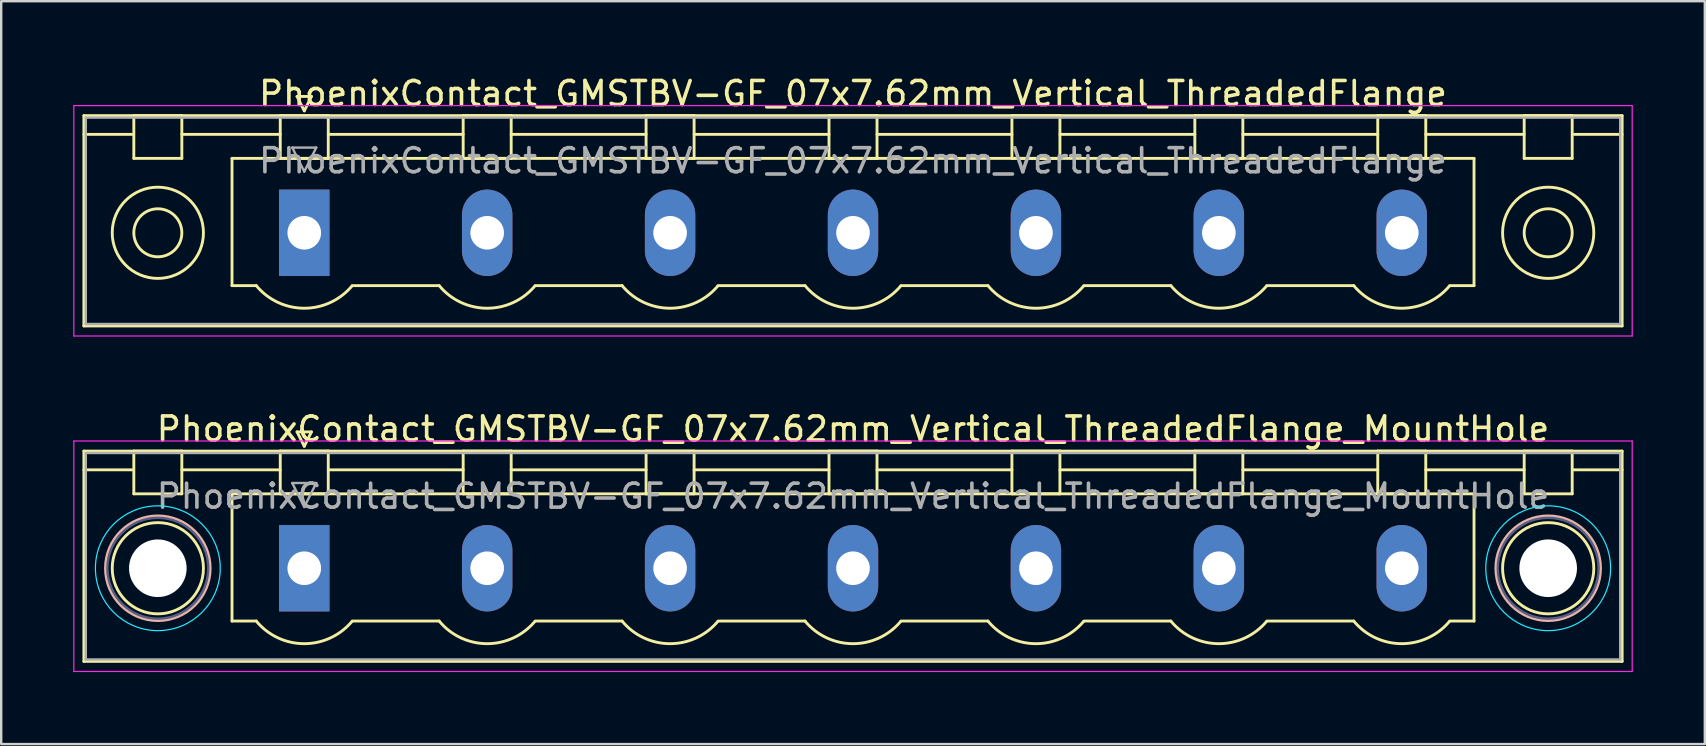
<source format=kicad_pcb>
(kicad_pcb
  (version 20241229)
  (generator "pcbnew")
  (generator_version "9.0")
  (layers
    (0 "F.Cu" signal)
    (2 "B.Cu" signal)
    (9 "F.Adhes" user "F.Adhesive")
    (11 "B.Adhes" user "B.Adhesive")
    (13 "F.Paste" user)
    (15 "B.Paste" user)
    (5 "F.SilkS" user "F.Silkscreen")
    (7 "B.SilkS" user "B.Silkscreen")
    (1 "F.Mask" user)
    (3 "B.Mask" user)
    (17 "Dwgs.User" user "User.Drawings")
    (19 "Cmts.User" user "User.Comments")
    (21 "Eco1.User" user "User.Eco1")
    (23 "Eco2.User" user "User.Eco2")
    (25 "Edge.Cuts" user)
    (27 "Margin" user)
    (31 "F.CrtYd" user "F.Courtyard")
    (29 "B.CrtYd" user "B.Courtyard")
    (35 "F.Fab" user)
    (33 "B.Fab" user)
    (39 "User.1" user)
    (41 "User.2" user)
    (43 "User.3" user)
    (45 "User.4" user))
  (footprint "PhoenixContact_GMSTBV-GF_07x7.62mm_Vertical_ThreadedFlange"
    (layer "F.Cu")
    (at 9.625 6.648)
    (property "Reference" "PhoenixContact_GMSTBV-GF_07x7.62mm_Vertical_ThreadedFlange" (at 22.86 -5.8 0) (layer "F.SilkS") (effects (font (size 1 1) (thickness 0.15))))
    (attr through_hole)
    (fp_line (start -9.18 -4.88) (end -9.18 3.88) (stroke (width 0.12) (type solid)) (layer "F.SilkS"))
    (fp_line (start -9.18 -4.1) (end -7.18 -4.1) (stroke (width 0.12) (type solid)) (layer "F.SilkS"))
    (fp_line (start -9.18 3.88) (end 54.9 3.88) (stroke (width 0.12) (type solid)) (layer "F.SilkS"))
    (fp_line (start -7.1 -4.88) (end -5.1 -4.88) (stroke (width 0.12) (type solid)) (layer "F.SilkS"))
    (fp_line (start -7.1 -3.1) (end -7.1 -4.88) (stroke (width 0.12) (type solid)) (layer "F.SilkS"))
    (fp_line (start -5.1 -4.88) (end -5.1 -3.1) (stroke (width 0.12) (type solid)) (layer "F.SilkS"))
    (fp_line (start -5.1 -4.1) (end -1 -4.1) (stroke (width 0.12) (type solid)) (layer "F.SilkS"))
    (fp_line (start -5.1 -3.1) (end -7.1 -3.1) (stroke (width 0.12) (type solid)) (layer "F.SilkS"))
    (fp_line (start -3.01 -3.1) (end 48.73 -3.1) (stroke (width 0.12) (type solid)) (layer "F.SilkS"))
    (fp_line (start -3.01 2.2) (end -3.01 -3.1) (stroke (width 0.12) (type solid)) (layer "F.SilkS"))
    (fp_line (start -2 2.2) (end -3.01 2.2) (stroke (width 0.12) (type solid)) (layer "F.SilkS"))
    (fp_line (start -1 -4.88) (end 1 -4.88) (stroke (width 0.12) (type solid)) (layer "F.SilkS"))
    (fp_line (start -1 -3.1) (end -1 -4.88) (stroke (width 0.12) (type solid)) (layer "F.SilkS"))
    (fp_line (start -0.3 -5.68) (end 0.3 -5.68) (stroke (width 0.12) (type solid)) (layer "F.SilkS"))
    (fp_line (start 0 -5.08) (end -0.3 -5.68) (stroke (width 0.12) (type solid)) (layer "F.SilkS"))
    (fp_line (start 0.3 -5.68) (end 0 -5.08) (stroke (width 0.12) (type solid)) (layer "F.SilkS"))
    (fp_line (start 1 -4.88) (end 1 -3.1) (stroke (width 0.12) (type solid)) (layer "F.SilkS"))
    (fp_line (start 1 -4.1) (end 6.62 -4.1) (stroke (width 0.12) (type solid)) (layer "F.SilkS"))
    (fp_line (start 1 -3.1) (end -1 -3.1) (stroke (width 0.12) (type solid)) (layer "F.SilkS"))
    (fp_line (start 2 2.2) (end 5.62 2.2) (stroke (width 0.12) (type solid)) (layer "F.SilkS"))
    (fp_line (start 6.62 -4.88) (end 8.62 -4.88) (stroke (width 0.12) (type solid)) (layer "F.SilkS"))
    (fp_line (start 6.62 -3.1) (end 6.62 -4.88) (stroke (width 0.12) (type solid)) (layer "F.SilkS"))
    (fp_line (start 8.62 -4.88) (end 8.62 -3.1) (stroke (width 0.12) (type solid)) (layer "F.SilkS"))
    (fp_line (start 8.62 -4.1) (end 14.24 -4.1) (stroke (width 0.12) (type solid)) (layer "F.SilkS"))
    (fp_line (start 8.62 -3.1) (end 6.62 -3.1) (stroke (width 0.12) (type solid)) (layer "F.SilkS"))
    (fp_line (start 9.62 2.2) (end 13.24 2.2) (stroke (width 0.12) (type solid)) (layer "F.SilkS"))
    (fp_line (start 14.24 -4.88) (end 16.24 -4.88) (stroke (width 0.12) (type solid)) (layer "F.SilkS"))
    (fp_line (start 14.24 -3.1) (end 14.24 -4.88) (stroke (width 0.12) (type solid)) (layer "F.SilkS"))
    (fp_line (start 16.24 -4.88) (end 16.24 -3.1) (stroke (width 0.12) (type solid)) (layer "F.SilkS"))
    (fp_line (start 16.24 -4.1) (end 21.86 -4.1) (stroke (width 0.12) (type solid)) (layer "F.SilkS"))
    (fp_line (start 16.24 -3.1) (end 14.24 -3.1) (stroke (width 0.12) (type solid)) (layer "F.SilkS"))
    (fp_line (start 17.24 2.2) (end 20.86 2.2) (stroke (width 0.12) (type solid)) (layer "F.SilkS"))
    (fp_line (start 21.86 -4.88) (end 23.86 -4.88) (stroke (width 0.12) (type solid)) (layer "F.SilkS"))
    (fp_line (start 21.86 -3.1) (end 21.86 -4.88) (stroke (width 0.12) (type solid)) (layer "F.SilkS"))
    (fp_line (start 23.86 -4.88) (end 23.86 -3.1) (stroke (width 0.12) (type solid)) (layer "F.SilkS"))
    (fp_line (start 23.86 -4.1) (end 29.48 -4.1) (stroke (width 0.12) (type solid)) (layer "F.SilkS"))
    (fp_line (start 23.86 -3.1) (end 21.86 -3.1) (stroke (width 0.12) (type solid)) (layer "F.SilkS"))
    (fp_line (start 24.86 2.2) (end 28.48 2.2) (stroke (width 0.12) (type solid)) (layer "F.SilkS"))
    (fp_line (start 29.48 -4.88) (end 31.48 -4.88) (stroke (width 0.12) (type solid)) (layer "F.SilkS"))
    (fp_line (start 29.48 -3.1) (end 29.48 -4.88) (stroke (width 0.12) (type solid)) (layer "F.SilkS"))
    (fp_line (start 31.48 -4.88) (end 31.48 -3.1) (stroke (width 0.12) (type solid)) (layer "F.SilkS"))
    (fp_line (start 31.48 -4.1) (end 37.1 -4.1) (stroke (width 0.12) (type solid)) (layer "F.SilkS"))
    (fp_line (start 31.48 -3.1) (end 29.48 -3.1) (stroke (width 0.12) (type solid)) (layer "F.SilkS"))
    (fp_line (start 32.48 2.2) (end 36.1 2.2) (stroke (width 0.12) (type solid)) (layer "F.SilkS"))
    (fp_line (start 37.1 -4.88) (end 39.1 -4.88) (stroke (width 0.12) (type solid)) (layer "F.SilkS"))
    (fp_line (start 37.1 -3.1) (end 37.1 -4.88) (stroke (width 0.12) (type solid)) (layer "F.SilkS"))
    (fp_line (start 39.1 -4.88) (end 39.1 -3.1) (stroke (width 0.12) (type solid)) (layer "F.SilkS"))
    (fp_line (start 39.1 -4.1) (end 44.72 -4.1) (stroke (width 0.12) (type solid)) (layer "F.SilkS"))
    (fp_line (start 39.1 -3.1) (end 37.1 -3.1) (stroke (width 0.12) (type solid)) (layer "F.SilkS"))
    (fp_line (start 40.1 2.2) (end 43.72 2.2) (stroke (width 0.12) (type solid)) (layer "F.SilkS"))
    (fp_line (start 44.72 -4.88) (end 46.72 -4.88) (stroke (width 0.12) (type solid)) (layer "F.SilkS"))
    (fp_line (start 44.72 -3.1) (end 44.72 -4.88) (stroke (width 0.12) (type solid)) (layer "F.SilkS"))
    (fp_line (start 46.72 -4.88) (end 46.72 -3.1) (stroke (width 0.12) (type solid)) (layer "F.SilkS"))
    (fp_line (start 46.72 -4.1) (end 50.82 -4.1) (stroke (width 0.12) (type solid)) (layer "F.SilkS"))
    (fp_line (start 46.72 -3.1) (end 44.72 -3.1) (stroke (width 0.12) (type solid)) (layer "F.SilkS"))
    (fp_line (start 48.73 -3.1) (end 48.73 2.2) (stroke (width 0.12) (type solid)) (layer "F.SilkS"))
    (fp_line (start 48.73 2.2) (end 47.72 2.2) (stroke (width 0.12) (type solid)) (layer "F.SilkS"))
    (fp_line (start 50.82 -4.88) (end 52.82 -4.88) (stroke (width 0.12) (type solid)) (layer "F.SilkS"))
    (fp_line (start 50.82 -3.1) (end 50.82 -4.88) (stroke (width 0.12) (type solid)) (layer "F.SilkS"))
    (fp_line (start 52.82 -4.88) (end 52.82 -3.1) (stroke (width 0.12) (type solid)) (layer "F.SilkS"))
    (fp_line (start 52.82 -3.1) (end 50.82 -3.1) (stroke (width 0.12) (type solid)) (layer "F.SilkS"))
    (fp_line (start 54.9 -4.88) (end -9.18 -4.88) (stroke (width 0.12) (type solid)) (layer "F.SilkS"))
    (fp_line (start 54.9 -4.1) (end 52.9 -4.1) (stroke (width 0.12) (type solid)) (layer "F.SilkS"))
    (fp_line (start 54.9 3.88) (end 54.9 -4.88) (stroke (width 0.12) (type solid)) (layer "F.SilkS"))
    (fp_arc (start 1.986842 2.215821) (mid -0.010289 3.142758) (end -2 2.2) (stroke (width 0.12) (type solid)) (layer "F.SilkS"))
    (fp_arc (start 9.606842 2.215821) (mid 7.609711 3.142758) (end 5.62 2.2) (stroke (width 0.12) (type solid)) (layer "F.SilkS"))
    (fp_arc (start 17.226842 2.215821) (mid 15.229711 3.142758) (end 13.24 2.2) (stroke (width 0.12) (type solid)) (layer "F.SilkS"))
    (fp_arc (start 24.846842 2.215821) (mid 22.849711 3.142758) (end 20.86 2.2) (stroke (width 0.12) (type solid)) (layer "F.SilkS"))
    (fp_arc (start 32.466842 2.215821) (mid 30.469711 3.142758) (end 28.48 2.2) (stroke (width 0.12) (type solid)) (layer "F.SilkS"))
    (fp_arc (start 40.086842 2.215821) (mid 38.089711 3.142758) (end 36.1 2.2) (stroke (width 0.12) (type solid)) (layer "F.SilkS"))
    (fp_arc (start 47.706842 2.215821) (mid 45.709711 3.142758) (end 43.72 2.2) (stroke (width 0.12) (type solid)) (layer "F.SilkS"))
    (fp_circle (center -6.1 0) (end -5.1 0) (stroke (width 0.12) (type solid)) (fill no) (layer "F.SilkS"))
    (fp_circle (center -6.1 0) (end -4.2 0) (stroke (width 0.12) (type solid)) (fill no) (layer "F.SilkS"))
    (fp_circle (center 51.82 0) (end 52.82 0) (stroke (width 0.12) (type solid)) (fill no) (layer "F.SilkS"))
    (fp_circle (center 51.82 0) (end 53.72 0) (stroke (width 0.12) (type solid)) (fill no) (layer "F.SilkS"))
    (fp_line (start -9.6 -5.3) (end -9.6 4.3) (stroke (width 0.05) (type solid)) (layer "F.CrtYd"))
    (fp_line (start -9.6 4.3) (end 55.32 4.3) (stroke (width 0.05) (type solid)) (layer "F.CrtYd"))
    (fp_line (start 55.32 -5.3) (end -9.6 -5.3) (stroke (width 0.05) (type solid)) (layer "F.CrtYd"))
    (fp_line (start 55.32 4.3) (end 55.32 -5.3) (stroke (width 0.05) (type solid)) (layer "F.CrtYd"))
    (fp_line (start -9.1 -4.8) (end -9.1 3.8) (stroke (width 0.1) (type solid)) (layer "F.Fab"))
    (fp_line (start -9.1 3.8) (end 54.82 3.8) (stroke (width 0.1) (type solid)) (layer "F.Fab"))
    (fp_line (start -0.5 -3.55) (end 0.5 -3.55) (stroke (width 0.1) (type solid)) (layer "F.Fab"))
    (fp_line (start 0 -2.55) (end -0.5 -3.55) (stroke (width 0.1) (type solid)) (layer "F.Fab"))
    (fp_line (start 0.5 -3.55) (end 0 -2.55) (stroke (width 0.1) (type solid)) (layer "F.Fab"))
    (fp_line (start 54.82 -4.8) (end -9.1 -4.8) (stroke (width 0.1) (type solid)) (layer "F.Fab"))
    (fp_line (start 54.82 3.8) (end 54.82 -4.8) (stroke (width 0.1) (type solid)) (layer "F.Fab"))
    (fp_text user "${REFERENCE}" (at 22.86 -3 0) (layer "F.Fab") (effects (font (size 1 1) (thickness 0.15))))
    (pad "1" thru_hole rect (at 0 0) (size 2.1 3.6) (drill 1.4) (layers "*.Cu" "*.Mask"))
    (pad "2" thru_hole oval (at 7.62 0) (size 2.1 3.6) (drill 1.4) (layers "*.Cu" "*.Mask"))
    (pad "3" thru_hole oval (at 15.24 0) (size 2.1 3.6) (drill 1.4) (layers "*.Cu" "*.Mask"))
    (pad "4" thru_hole oval (at 22.86 0) (size 2.1 3.6) (drill 1.4) (layers "*.Cu" "*.Mask"))
    (pad "5" thru_hole oval (at 30.48 0) (size 2.1 3.6) (drill 1.4) (layers "*.Cu" "*.Mask"))
    (pad "6" thru_hole oval (at 38.1 0) (size 2.1 3.6) (drill 1.4) (layers "*.Cu" "*.Mask"))
    (pad "7" thru_hole oval (at 45.72 0) (size 2.1 3.6) (drill 1.4) (layers "*.Cu" "*.Mask")))
  (footprint "PhoenixContact_GMSTBV-GF_07x7.62mm_Vertical_ThreadedFlange_MountHole"
    (layer "F.Cu")
    (at 9.625 20.622)
    (property "Reference" "PhoenixContact_GMSTBV-GF_07x7.62mm_Vertical_ThreadedFlange_MountHole" (at 22.86 -5.8 0) (layer "F.SilkS") (effects (font (size 1 1) (thickness 0.15))))
    (attr through_hole)
    (fp_line (start -9.18 -4.88) (end -9.18 3.88) (stroke (width 0.12) (type solid)) (layer "F.SilkS"))
    (fp_line (start -9.18 -4.1) (end -7.18 -4.1) (stroke (width 0.12) (type solid)) (layer "F.SilkS"))
    (fp_line (start -9.18 3.88) (end 54.9 3.88) (stroke (width 0.12) (type solid)) (layer "F.SilkS"))
    (fp_line (start -7.1 -4.88) (end -5.1 -4.88) (stroke (width 0.12) (type solid)) (layer "F.SilkS"))
    (fp_line (start -7.1 -3.1) (end -7.1 -4.88) (stroke (width 0.12) (type solid)) (layer "F.SilkS"))
    (fp_line (start -5.1 -4.88) (end -5.1 -3.1) (stroke (width 0.12) (type solid)) (layer "F.SilkS"))
    (fp_line (start -5.1 -4.1) (end -1 -4.1) (stroke (width 0.12) (type solid)) (layer "F.SilkS"))
    (fp_line (start -5.1 -3.1) (end -7.1 -3.1) (stroke (width 0.12) (type solid)) (layer "F.SilkS"))
    (fp_line (start -3.01 -3.1) (end 48.73 -3.1) (stroke (width 0.12) (type solid)) (layer "F.SilkS"))
    (fp_line (start -3.01 2.2) (end -3.01 -3.1) (stroke (width 0.12) (type solid)) (layer "F.SilkS"))
    (fp_line (start -2 2.2) (end -3.01 2.2) (stroke (width 0.12) (type solid)) (layer "F.SilkS"))
    (fp_line (start -1 -4.88) (end 1 -4.88) (stroke (width 0.12) (type solid)) (layer "F.SilkS"))
    (fp_line (start -1 -3.1) (end -1 -4.88) (stroke (width 0.12) (type solid)) (layer "F.SilkS"))
    (fp_line (start -0.3 -5.68) (end 0.3 -5.68) (stroke (width 0.12) (type solid)) (layer "F.SilkS"))
    (fp_line (start 0 -5.08) (end -0.3 -5.68) (stroke (width 0.12) (type solid)) (layer "F.SilkS"))
    (fp_line (start 0.3 -5.68) (end 0 -5.08) (stroke (width 0.12) (type solid)) (layer "F.SilkS"))
    (fp_line (start 1 -4.88) (end 1 -3.1) (stroke (width 0.12) (type solid)) (layer "F.SilkS"))
    (fp_line (start 1 -4.1) (end 6.62 -4.1) (stroke (width 0.12) (type solid)) (layer "F.SilkS"))
    (fp_line (start 1 -3.1) (end -1 -3.1) (stroke (width 0.12) (type solid)) (layer "F.SilkS"))
    (fp_line (start 2 2.2) (end 5.62 2.2) (stroke (width 0.12) (type solid)) (layer "F.SilkS"))
    (fp_line (start 6.62 -4.88) (end 8.62 -4.88) (stroke (width 0.12) (type solid)) (layer "F.SilkS"))
    (fp_line (start 6.62 -3.1) (end 6.62 -4.88) (stroke (width 0.12) (type solid)) (layer "F.SilkS"))
    (fp_line (start 8.62 -4.88) (end 8.62 -3.1) (stroke (width 0.12) (type solid)) (layer "F.SilkS"))
    (fp_line (start 8.62 -4.1) (end 14.24 -4.1) (stroke (width 0.12) (type solid)) (layer "F.SilkS"))
    (fp_line (start 8.62 -3.1) (end 6.62 -3.1) (stroke (width 0.12) (type solid)) (layer "F.SilkS"))
    (fp_line (start 9.62 2.2) (end 13.24 2.2) (stroke (width 0.12) (type solid)) (layer "F.SilkS"))
    (fp_line (start 14.24 -4.88) (end 16.24 -4.88) (stroke (width 0.12) (type solid)) (layer "F.SilkS"))
    (fp_line (start 14.24 -3.1) (end 14.24 -4.88) (stroke (width 0.12) (type solid)) (layer "F.SilkS"))
    (fp_line (start 16.24 -4.88) (end 16.24 -3.1) (stroke (width 0.12) (type solid)) (layer "F.SilkS"))
    (fp_line (start 16.24 -4.1) (end 21.86 -4.1) (stroke (width 0.12) (type solid)) (layer "F.SilkS"))
    (fp_line (start 16.24 -3.1) (end 14.24 -3.1) (stroke (width 0.12) (type solid)) (layer "F.SilkS"))
    (fp_line (start 17.24 2.2) (end 20.86 2.2) (stroke (width 0.12) (type solid)) (layer "F.SilkS"))
    (fp_line (start 21.86 -4.88) (end 23.86 -4.88) (stroke (width 0.12) (type solid)) (layer "F.SilkS"))
    (fp_line (start 21.86 -3.1) (end 21.86 -4.88) (stroke (width 0.12) (type solid)) (layer "F.SilkS"))
    (fp_line (start 23.86 -4.88) (end 23.86 -3.1) (stroke (width 0.12) (type solid)) (layer "F.SilkS"))
    (fp_line (start 23.86 -4.1) (end 29.48 -4.1) (stroke (width 0.12) (type solid)) (layer "F.SilkS"))
    (fp_line (start 23.86 -3.1) (end 21.86 -3.1) (stroke (width 0.12) (type solid)) (layer "F.SilkS"))
    (fp_line (start 24.86 2.2) (end 28.48 2.2) (stroke (width 0.12) (type solid)) (layer "F.SilkS"))
    (fp_line (start 29.48 -4.88) (end 31.48 -4.88) (stroke (width 0.12) (type solid)) (layer "F.SilkS"))
    (fp_line (start 29.48 -3.1) (end 29.48 -4.88) (stroke (width 0.12) (type solid)) (layer "F.SilkS"))
    (fp_line (start 31.48 -4.88) (end 31.48 -3.1) (stroke (width 0.12) (type solid)) (layer "F.SilkS"))
    (fp_line (start 31.48 -4.1) (end 37.1 -4.1) (stroke (width 0.12) (type solid)) (layer "F.SilkS"))
    (fp_line (start 31.48 -3.1) (end 29.48 -3.1) (stroke (width 0.12) (type solid)) (layer "F.SilkS"))
    (fp_line (start 32.48 2.2) (end 36.1 2.2) (stroke (width 0.12) (type solid)) (layer "F.SilkS"))
    (fp_line (start 37.1 -4.88) (end 39.1 -4.88) (stroke (width 0.12) (type solid)) (layer "F.SilkS"))
    (fp_line (start 37.1 -3.1) (end 37.1 -4.88) (stroke (width 0.12) (type solid)) (layer "F.SilkS"))
    (fp_line (start 39.1 -4.88) (end 39.1 -3.1) (stroke (width 0.12) (type solid)) (layer "F.SilkS"))
    (fp_line (start 39.1 -4.1) (end 44.72 -4.1) (stroke (width 0.12) (type solid)) (layer "F.SilkS"))
    (fp_line (start 39.1 -3.1) (end 37.1 -3.1) (stroke (width 0.12) (type solid)) (layer "F.SilkS"))
    (fp_line (start 40.1 2.2) (end 43.72 2.2) (stroke (width 0.12) (type solid)) (layer "F.SilkS"))
    (fp_line (start 44.72 -4.88) (end 46.72 -4.88) (stroke (width 0.12) (type solid)) (layer "F.SilkS"))
    (fp_line (start 44.72 -3.1) (end 44.72 -4.88) (stroke (width 0.12) (type solid)) (layer "F.SilkS"))
    (fp_line (start 46.72 -4.88) (end 46.72 -3.1) (stroke (width 0.12) (type solid)) (layer "F.SilkS"))
    (fp_line (start 46.72 -4.1) (end 50.82 -4.1) (stroke (width 0.12) (type solid)) (layer "F.SilkS"))
    (fp_line (start 46.72 -3.1) (end 44.72 -3.1) (stroke (width 0.12) (type solid)) (layer "F.SilkS"))
    (fp_line (start 48.73 -3.1) (end 48.73 2.2) (stroke (width 0.12) (type solid)) (layer "F.SilkS"))
    (fp_line (start 48.73 2.2) (end 47.72 2.2) (stroke (width 0.12) (type solid)) (layer "F.SilkS"))
    (fp_line (start 50.82 -4.88) (end 52.82 -4.88) (stroke (width 0.12) (type solid)) (layer "F.SilkS"))
    (fp_line (start 50.82 -3.1) (end 50.82 -4.88) (stroke (width 0.12) (type solid)) (layer "F.SilkS"))
    (fp_line (start 52.82 -4.88) (end 52.82 -3.1) (stroke (width 0.12) (type solid)) (layer "F.SilkS"))
    (fp_line (start 52.82 -3.1) (end 50.82 -3.1) (stroke (width 0.12) (type solid)) (layer "F.SilkS"))
    (fp_line (start 54.9 -4.88) (end -9.18 -4.88) (stroke (width 0.12) (type solid)) (layer "F.SilkS"))
    (fp_line (start 54.9 -4.1) (end 52.9 -4.1) (stroke (width 0.12) (type solid)) (layer "F.SilkS"))
    (fp_line (start 54.9 3.88) (end 54.9 -4.88) (stroke (width 0.12) (type solid)) (layer "F.SilkS"))
    (fp_arc (start 1.986842 2.215821) (mid -0.010289 3.142758) (end -2 2.2) (stroke (width 0.12) (type solid)) (layer "F.SilkS"))
    (fp_arc (start 9.606842 2.215821) (mid 7.609711 3.142758) (end 5.62 2.2) (stroke (width 0.12) (type solid)) (layer "F.SilkS"))
    (fp_arc (start 17.226842 2.215821) (mid 15.229711 3.142758) (end 13.24 2.2) (stroke (width 0.12) (type solid)) (layer "F.SilkS"))
    (fp_arc (start 24.846842 2.215821) (mid 22.849711 3.142758) (end 20.86 2.2) (stroke (width 0.12) (type solid)) (layer "F.SilkS"))
    (fp_arc (start 32.466842 2.215821) (mid 30.469711 3.142758) (end 28.48 2.2) (stroke (width 0.12) (type solid)) (layer "F.SilkS"))
    (fp_arc (start 40.086842 2.215821) (mid 38.089711 3.142758) (end 36.1 2.2) (stroke (width 0.12) (type solid)) (layer "F.SilkS"))
    (fp_arc (start 47.706842 2.215821) (mid 45.709711 3.142758) (end 43.72 2.2) (stroke (width 0.12) (type solid)) (layer "F.SilkS"))
    (fp_circle (center -6.1 0) (end -4.2 0) (stroke (width 0.12) (type solid)) (fill no) (layer "F.SilkS"))
    (fp_circle (center 51.82 0) (end 53.72 0) (stroke (width 0.12) (type solid)) (fill no) (layer "F.SilkS"))
    (fp_circle (center -6.1 0) (end -3.92 0) (stroke (width 0.12) (type solid)) (fill no) (layer "B.SilkS"))
    (fp_circle (center 51.82 0) (end 54 0) (stroke (width 0.12) (type solid)) (fill no) (layer "B.SilkS"))
    (fp_circle (center -6.1 0) (end -3.5 0) (stroke (width 0.05) (type solid)) (fill no) (layer "B.CrtYd"))
    (fp_circle (center 51.82 0) (end 54.42 0) (stroke (width 0.05) (type solid)) (fill no) (layer "B.CrtYd"))
    (fp_line (start -9.6 -5.3) (end -9.6 4.3) (stroke (width 0.05) (type solid)) (layer "F.CrtYd"))
    (fp_line (start -9.6 4.3) (end 55.32 4.3) (stroke (width 0.05) (type solid)) (layer "F.CrtYd"))
    (fp_line (start 55.32 -5.3) (end -9.6 -5.3) (stroke (width 0.05) (type solid)) (layer "F.CrtYd"))
    (fp_line (start 55.32 4.3) (end 55.32 -5.3) (stroke (width 0.05) (type solid)) (layer "F.CrtYd"))
    (fp_circle (center -6.1 0) (end -4 0) (stroke (width 0.1) (type solid)) (fill no) (layer "B.Fab"))
    (fp_circle (center 51.82 0) (end 53.92 0) (stroke (width 0.1) (type solid)) (fill no) (layer "B.Fab"))
    (fp_line (start -9.1 -4.8) (end -9.1 3.8) (stroke (width 0.1) (type solid)) (layer "F.Fab"))
    (fp_line (start -9.1 3.8) (end 54.82 3.8) (stroke (width 0.1) (type solid)) (layer "F.Fab"))
    (fp_line (start -0.5 -3.55) (end 0.5 -3.55) (stroke (width 0.1) (type solid)) (layer "F.Fab"))
    (fp_line (start 0 -2.55) (end -0.5 -3.55) (stroke (width 0.1) (type solid)) (layer "F.Fab"))
    (fp_line (start 0.5 -3.55) (end 0 -2.55) (stroke (width 0.1) (type solid)) (layer "F.Fab"))
    (fp_line (start 54.82 -4.8) (end -9.1 -4.8) (stroke (width 0.1) (type solid)) (layer "F.Fab"))
    (fp_line (start 54.82 3.8) (end 54.82 -4.8) (stroke (width 0.1) (type solid)) (layer "F.Fab"))
    (fp_text user "${REFERENCE}" (at 22.86 -3 0) (layer "F.Fab") (effects (font (size 1 1) (thickness 0.15))))
    (pad "" np_thru_hole circle (at -6.1 0) (size 2.4 2.4) (drill 2.4) (layers "*.Cu" "*.Mask"))
    (pad "" np_thru_hole circle (at 51.82 0) (size 2.4 2.4) (drill 2.4) (layers "*.Cu" "*.Mask"))
    (pad "1" thru_hole rect (at 0 0) (size 2.1 3.6) (drill 1.4) (layers "*.Cu" "*.Mask"))
    (pad "2" thru_hole oval (at 7.62 0) (size 2.1 3.6) (drill 1.4) (layers "*.Cu" "*.Mask"))
    (pad "3" thru_hole oval (at 15.24 0) (size 2.1 3.6) (drill 1.4) (layers "*.Cu" "*.Mask"))
    (pad "4" thru_hole oval (at 22.86 0) (size 2.1 3.6) (drill 1.4) (layers "*.Cu" "*.Mask"))
    (pad "5" thru_hole oval (at 30.48 0) (size 2.1 3.6) (drill 1.4) (layers "*.Cu" "*.Mask"))
    (pad "6" thru_hole oval (at 38.1 0) (size 2.1 3.6) (drill 1.4) (layers "*.Cu" "*.Mask"))
    (pad "7" thru_hole oval (at 45.72 0) (size 2.1 3.6) (drill 1.4) (layers "*.Cu" "*.Mask")))
  (gr_rect
    (start -3 -3)
    (end 67.97 27.947)
    (stroke (width 0.1) (type default))
    (fill no)
    (layer "Edge.Cuts")))
</source>
